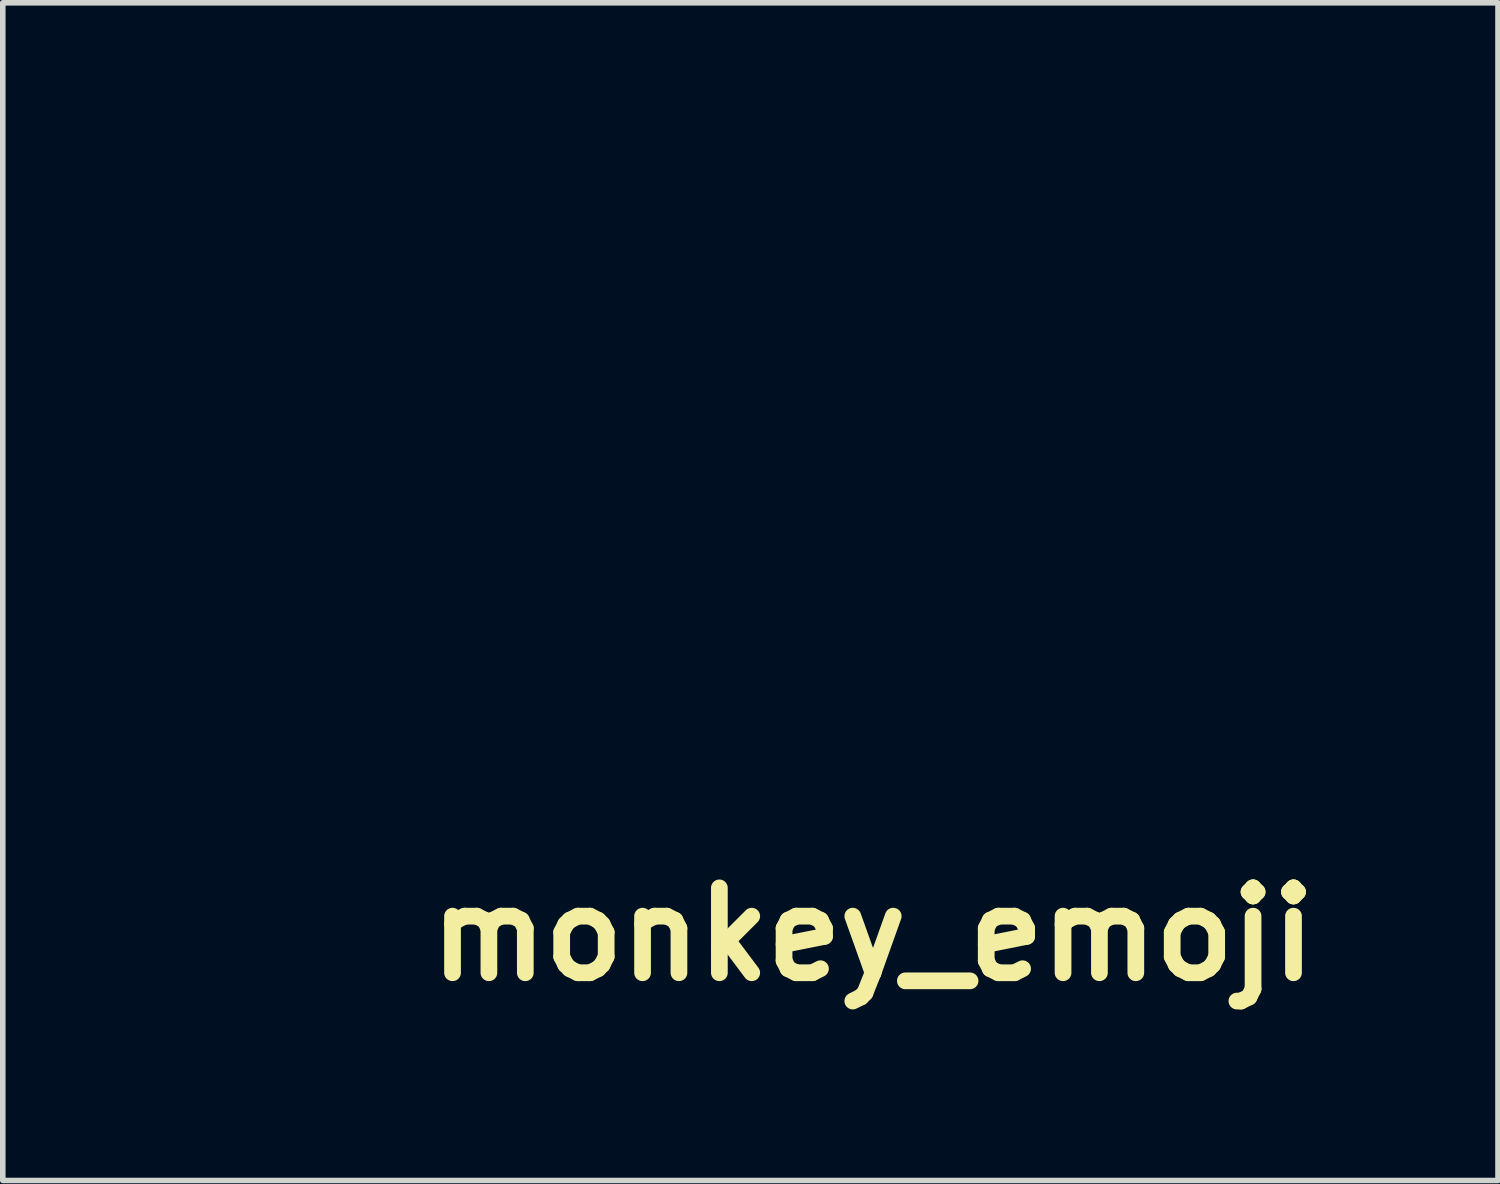
<source format=kicad_pcb>
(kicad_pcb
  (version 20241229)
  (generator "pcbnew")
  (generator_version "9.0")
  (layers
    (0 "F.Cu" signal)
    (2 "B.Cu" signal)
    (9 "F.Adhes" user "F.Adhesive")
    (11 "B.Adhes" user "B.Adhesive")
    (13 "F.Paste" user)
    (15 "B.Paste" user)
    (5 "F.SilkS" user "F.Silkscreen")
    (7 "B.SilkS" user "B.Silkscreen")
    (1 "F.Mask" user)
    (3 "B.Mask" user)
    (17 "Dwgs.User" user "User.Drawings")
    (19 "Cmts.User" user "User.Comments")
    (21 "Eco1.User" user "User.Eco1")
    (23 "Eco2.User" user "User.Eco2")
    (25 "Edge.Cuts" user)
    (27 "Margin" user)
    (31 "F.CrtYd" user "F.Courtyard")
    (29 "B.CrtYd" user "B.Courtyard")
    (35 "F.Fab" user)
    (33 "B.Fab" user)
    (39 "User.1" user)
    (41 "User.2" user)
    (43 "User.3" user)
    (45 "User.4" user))
  (footprint "monkey_emoji"
    (layer "F.Cu")
    (at 12.62 13.721)
    (property "Reference" "monkey_emoji" (at 0 0 0) (layer "F.SilkS") (effects (font (size 1.524 1.524) (thickness 0.3))))
    (attr through_hole)
    (fp_poly (pts (xy -10.447 -13.116) (xy -10.386 -12.971) (xy -10.464 -12.782) (xy -10.613 -12.626) (xy -10.685 -12.583) (xy -10.699 -12.641) (xy -10.659 -12.83) (xy -10.649 -12.867) (xy -10.583 -13.078) (xy -10.517 -13.148) (xy -10.447 -13.116)) (stroke (width 0.01) (type solid)) (fill no) (layer "Eco2.User"))
    (fp_poly (pts (xy -11.21 -13.687) (xy -11.13 -13.58) (xy -11.099 -13.365) (xy -11.108 -13.029) (xy -11.134 -12.573) (xy -11.294 -13.039) (xy -11.388 -13.311) (xy -11.463 -13.525) (xy -11.494 -13.61) (xy -11.459 -13.696) (xy -11.352 -13.716) (xy -11.21 -13.687)) (stroke (width 0.01) (type solid)) (fill no) (layer "Eco2.User"))
    (fp_poly (pts (xy -11.921 -12.704) (xy -11.736 -12.574) (xy -11.553 -12.429) (xy -11.444 -12.329) (xy -11.43 -12.309) (xy -11.504 -12.288) (xy -11.688 -12.294) (xy -11.925 -12.323) (xy -12.002 -12.336) (xy -12.163 -12.42) (xy -12.172 -12.577) (xy -12.115 -12.69) (xy -12.042 -12.744) (xy -11.921 -12.704)) (stroke (width 0.01) (type solid)) (fill no) (layer "Eco2.User"))
    (fp_poly (pts (xy 2.204 -7.584) (xy 2.344 -7.481) (xy 2.332 -7.321) (xy 2.241 -7.194) (xy 2.097 -7.068) (xy 1.945 -7.044) (xy 1.719 -7.112) (xy 1.696 -7.122) (xy 1.469 -7.255) (xy 1.399 -7.395) (xy 1.474 -7.518) (xy 1.685 -7.6) (xy 1.918 -7.62) (xy 2.204 -7.584)) (stroke (width 0.01) (type solid)) (fill no) (layer "Eco2.User"))
    (fp_poly (pts (xy 3.723 -9.072) (xy 3.924 -8.869) (xy 4.014 -8.553) (xy 4.018 -8.467) (xy 3.955 -8.125) (xy 3.777 -7.896) (xy 3.496 -7.793) (xy 3.418 -7.789) (xy 3.167 -7.838) (xy 2.997 -8.003) (xy 2.897 -8.278) (xy 2.902 -8.556) (xy 2.98 -8.882) (xy 3.119 -9.068) (xy 3.343 -9.141) (xy 3.426 -9.144) (xy 3.723 -9.072)) (stroke (width 0.01) (type solid)) (fill no) (layer "Eco2.User"))
    (fp_poly (pts (xy 0.593 -9.07) (xy 0.805 -8.87) (xy 0.907 -8.575) (xy 0.905 -8.358) (xy 0.828 -8.043) (xy 0.684 -7.864) (xy 0.443 -7.794) (xy 0.333 -7.789) (xy 0.066 -7.826) (xy -0.104 -7.953) (xy -0.122 -7.978) (xy -0.214 -8.194) (xy -0.254 -8.457) (xy -0.254 -8.467) (xy -0.197 -8.815) (xy -0.032 -9.044) (xy 0.232 -9.141) (xy 0.295 -9.144) (xy 0.593 -9.07)) (stroke (width 0.01) (type solid)) (fill no) (layer "Eco2.User"))
    (fp_poly (pts (xy 2.425 -6.648) (xy 2.681 -6.624) (xy 3.303 -6.54) (xy 3.761 -6.428) (xy 4.06 -6.284) (xy 4.204 -6.105) (xy 4.197 -5.887) (xy 4.043 -5.629) (xy 4.023 -5.604) (xy 3.697 -5.338) (xy 3.238 -5.141) (xy 2.669 -5.016) (xy 2.015 -4.97) (xy 1.318 -5.006) (xy 0.682 -5.115) (xy 0.191 -5.294) (xy -0.171 -5.547) (xy -0.204 -5.58) (xy -0.385 -5.84) (xy -0.4 -6.067) (xy -0.249 -6.262) (xy 0.068 -6.424) (xy 0.55 -6.554) (xy 0.971 -6.623) (xy 1.436 -6.669) (xy 1.897 -6.678) (xy 2.425 -6.648)) (stroke (width 0.01) (type solid)) (fill no) (layer "Eco2.User"))
    (fp_poly (pts (xy -10.16 -1.566) (xy -10.177 -1.339) (xy -10.219 -1.203) (xy -10.245 -1.185) (xy -10.287 -1.106) (xy -10.316 -0.89) (xy -10.329 -0.569) (xy -10.329 -0.508) (xy -10.319 -0.173) (xy -10.292 0.063) (xy -10.252 0.167) (xy -10.245 0.169) (xy -10.194 0.245) (xy -10.164 0.436) (xy -10.16 0.55) (xy -10.16 0.931) (xy -11.007 0.931) (xy -11.007 0.55) (xy -10.99 0.323) (xy -10.947 0.187) (xy -10.922 0.169) (xy -10.88 0.09) (xy -10.851 -0.126) (xy -10.838 -0.447) (xy -10.837 -0.508) (xy -10.847 -0.843) (xy -10.874 -1.079) (xy -10.914 -1.183) (xy -10.922 -1.185) (xy -10.972 -1.261) (xy -11.003 -1.452) (xy -11.007 -1.566) (xy -11.007 -1.947) (xy -10.16 -1.947) (xy -10.16 -1.566)) (stroke (width 0.01) (type solid)) (fill no) (layer "Eco2.User"))
    (fp_poly (pts (xy 4.403 -1.566) (xy 4.386 -1.339) (xy 4.343 -1.203) (xy 4.318 -1.185) (xy 4.276 -1.106) (xy 4.247 -0.89) (xy 4.234 -0.569) (xy 4.233 -0.508) (xy 4.243 -0.173) (xy 4.27 0.063) (xy 4.31 0.167) (xy 4.318 0.169) (xy 4.368 0.245) (xy 4.399 0.436) (xy 4.403 0.55) (xy 4.403 0.931) (xy 3.556 0.931) (xy 3.556 0.55) (xy 3.573 0.323) (xy 3.615 0.187) (xy 3.641 0.169) (xy 3.683 0.09) (xy 3.712 -0.126) (xy 3.725 -0.447) (xy 3.725 -0.508) (xy 3.715 -0.843) (xy 3.688 -1.079) (xy 3.648 -1.183) (xy 3.641 -1.185) (xy 3.59 -1.261) (xy 3.56 -1.452) (xy 3.556 -1.566) (xy 3.556 -1.947) (xy 4.403 -1.947) (xy 4.403 -1.566)) (stroke (width 0.01) (type solid)) (fill no) (layer "Eco2.User"))
    (fp_poly (pts (xy -5.054 -1.868) (xy -4.937 -1.723) (xy -4.87 -1.592) (xy -4.825 -1.42) (xy -4.798 -1.173) (xy -4.786 -0.817) (xy -4.784 -0.451) (xy -4.786 -0.007) (xy -4.797 0.3) (xy -4.821 0.502) (xy -4.863 0.633) (xy -4.927 0.724) (xy -4.953 0.751) (xy -5.242 0.938) (xy -5.541 0.961) (xy -5.646 0.93) (xy -5.792 0.846) (xy -5.894 0.71) (xy -5.96 0.495) (xy -5.996 0.176) (xy -6.009 -0.276) (xy -6.01 -0.481) (xy -6.007 -0.681) (xy -5.571 -0.681) (xy -5.568 -0.375) (xy -5.549 -0.206) (xy -5.492 0.056) (xy -5.428 0.161) (xy -5.368 0.118) (xy -5.32 -0.061) (xy -5.294 -0.366) (xy -5.292 -0.508) (xy -5.306 -0.883) (xy -5.347 -1.103) (xy -5.393 -1.163) (xy -5.476 -1.116) (xy -5.538 -0.942) (xy -5.571 -0.681) (xy -6.007 -0.681) (xy -6.002 -1.006) (xy -5.974 -1.385) (xy -5.916 -1.643) (xy -5.819 -1.804) (xy -5.674 -1.891) (xy -5.471 -1.929) (xy -5.443 -1.931) (xy -5.201 -1.931) (xy -5.054 -1.868)) (stroke (width 0.01) (type solid)) (fill no) (layer "Eco2.User"))
    (fp_poly (pts (xy 1.609 -1.347) (xy 1.604 -1.038) (xy 1.583 -0.862) (xy 1.535 -0.782) (xy 1.449 -0.762) (xy 1.441 -0.762) (xy 1.283 -0.838) (xy 1.219 -0.977) (xy 1.148 -1.126) (xy 1.069 -1.161) (xy 1.016 -1.064) (xy 0.983 -0.851) (xy 0.971 -0.574) (xy 0.978 -0.286) (xy 1.005 -0.036) (xy 1.052 0.121) (xy 1.079 0.148) (xy 1.16 0.105) (xy 1.185 -0.078) (xy 1.205 -0.261) (xy 1.298 -0.33) (xy 1.439 -0.339) (xy 1.595 -0.328) (xy 1.669 -0.265) (xy 1.692 -0.104) (xy 1.693 0.047) (xy 1.665 0.33) (xy 1.591 0.604) (xy 1.491 0.82) (xy 1.383 0.927) (xy 1.359 0.931) (xy 1.213 0.952) (xy 1.171 0.962) (xy 0.999 0.971) (xy 0.874 0.957) (xy 0.671 0.867) (xy 0.578 0.786) (xy 0.519 0.63) (xy 0.474 0.346) (xy 0.445 -0.022) (xy 0.432 -0.432) (xy 0.437 -0.842) (xy 0.46 -1.21) (xy 0.503 -1.494) (xy 0.523 -1.566) (xy 0.636 -1.905) (xy 1.609 -1.933) (xy 1.609 -1.347)) (stroke (width 0.01) (type solid)) (fill no) (layer "Eco2.User"))
    (fp_poly (pts (xy -11.886 -1.929) (xy -11.59 -1.859) (xy -11.385 -1.717) (xy -11.259 -1.482) (xy -11.196 -1.134) (xy -11.184 -0.652) (xy -11.194 -0.304) (xy -11.223 0.178) (xy -11.277 0.516) (xy -11.374 0.735) (xy -11.533 0.861) (xy -11.773 0.918) (xy -12.113 0.931) (xy -12.117 0.931) (xy -12.615 0.931) (xy -12.615 0.55) (xy -12.599 0.323) (xy -12.556 0.187) (xy -12.531 0.169) (xy -12.489 0.09) (xy -12.459 -0.126) (xy -12.446 -0.447) (xy -12.446 -0.508) (xy -11.938 -0.508) (xy -11.931 -0.149) (xy -11.907 0.062) (xy -11.864 0.147) (xy -11.832 0.148) (xy -11.769 0.047) (xy -11.734 -0.21) (xy -11.726 -0.508) (xy -11.74 -0.885) (xy -11.782 -1.102) (xy -11.832 -1.164) (xy -11.887 -1.136) (xy -11.921 -0.993) (xy -11.936 -0.714) (xy -11.938 -0.508) (xy -12.446 -0.508) (xy -12.456 -0.843) (xy -12.483 -1.079) (xy -12.523 -1.183) (xy -12.531 -1.185) (xy -12.581 -1.261) (xy -12.611 -1.452) (xy -12.615 -1.566) (xy -12.615 -1.947) (xy -12.287 -1.947) (xy -11.886 -1.929)) (stroke (width 0.01) (type solid)) (fill no) (layer "Eco2.User"))
    (fp_poly (pts (xy -2.307 -1.939) (xy -1.915 -1.915) (xy -1.655 -1.851) (xy -1.492 -1.733) (xy -1.388 -1.542) (xy -1.381 -1.521) (xy -1.322 -1.241) (xy -1.288 -0.853) (xy -1.28 -0.419) (xy -1.299 0.002) (xy -1.345 0.349) (xy -1.352 0.379) (xy -1.45 0.656) (xy -1.609 0.826) (xy -1.865 0.91) (xy -2.218 0.931) (xy -2.709 0.931) (xy -2.709 0.55) (xy -2.693 0.323) (xy -2.65 0.187) (xy -2.625 0.169) (xy -2.583 0.09) (xy -2.553 -0.126) (xy -2.54 -0.447) (xy -2.54 -0.508) (xy -2.032 -0.508) (xy -2.025 -0.149) (xy -2.001 0.062) (xy -1.958 0.147) (xy -1.926 0.148) (xy -1.863 0.047) (xy -1.828 -0.21) (xy -1.82 -0.508) (xy -1.834 -0.885) (xy -1.876 -1.102) (xy -1.926 -1.164) (xy -1.981 -1.136) (xy -2.015 -0.993) (xy -2.03 -0.714) (xy -2.032 -0.508) (xy -2.54 -0.508) (xy -2.55 -0.843) (xy -2.577 -1.079) (xy -2.617 -1.183) (xy -2.625 -1.185) (xy -2.675 -1.261) (xy -2.705 -1.452) (xy -2.709 -1.566) (xy -2.709 -1.947) (xy -2.307 -1.939)) (stroke (width 0.01) (type solid)) (fill no) (layer "Eco2.User"))
    (fp_poly (pts (xy 7.64 -1.911) (xy 7.951 -1.808) (xy 8.132 -1.649) (xy 8.161 -1.582) (xy 8.203 -1.307) (xy 8.208 -0.985) (xy 8.179 -0.689) (xy 8.125 -0.502) (xy 7.988 -0.37) (xy 7.878 -0.339) (xy 7.603 -0.29) (xy 7.467 -0.146) (xy 7.451 -0.042) (xy 7.5 0.13) (xy 7.578 0.2) (xy 7.674 0.327) (xy 7.705 0.59) (xy 7.705 0.931) (xy 6.858 0.931) (xy 6.858 0.55) (xy 6.875 0.323) (xy 6.917 0.187) (xy 6.943 0.169) (xy 6.985 0.09) (xy 7.014 -0.126) (xy 7.027 -0.447) (xy 7.027 -0.508) (xy 7.017 -0.843) (xy 7.006 -0.945) (xy 7.451 -0.945) (xy 7.486 -0.717) (xy 7.572 -0.596) (xy 7.684 -0.607) (xy 7.75 -0.682) (xy 7.778 -0.84) (xy 7.733 -1.025) (xy 7.641 -1.16) (xy 7.576 -1.185) (xy 7.476 -1.11) (xy 7.451 -0.945) (xy 7.006 -0.945) (xy 6.99 -1.079) (xy 6.95 -1.183) (xy 6.943 -1.185) (xy 6.892 -1.261) (xy 6.862 -1.452) (xy 6.858 -1.566) (xy 6.858 -1.947) (xy 7.226 -1.947) (xy 7.64 -1.911)) (stroke (width 0.01) (type solid)) (fill no) (layer "Eco2.User"))
    (fp_poly (pts (xy 2.506 -1.312) (xy 2.479 -0.99) (xy 2.477 -0.8) (xy 2.506 -0.708) (xy 2.572 -0.679) (xy 2.625 -0.677) (xy 2.713 -0.688) (xy 2.761 -0.742) (xy 2.775 -0.875) (xy 2.76 -1.123) (xy 2.744 -1.312) (xy 2.686 -1.947) (xy 3.387 -1.947) (xy 3.387 -1.566) (xy 3.37 -1.339) (xy 3.327 -1.203) (xy 3.302 -1.185) (xy 3.26 -1.106) (xy 3.231 -0.89) (xy 3.218 -0.569) (xy 3.217 -0.508) (xy 3.227 -0.173) (xy 3.254 0.063) (xy 3.294 0.167) (xy 3.302 0.169) (xy 3.352 0.245) (xy 3.383 0.436) (xy 3.387 0.55) (xy 3.387 0.931) (xy 2.694 0.931) (xy 2.723 0.275) (xy 2.732 -0.063) (xy 2.72 -0.264) (xy 2.683 -0.359) (xy 2.625 -0.381) (xy 2.56 -0.353) (xy 2.526 -0.246) (xy 2.517 -0.031) (xy 2.527 0.275) (xy 2.555 0.931) (xy 1.863 0.931) (xy 1.863 0.55) (xy 1.879 0.323) (xy 1.922 0.187) (xy 1.947 0.169) (xy 1.989 0.09) (xy 2.019 -0.126) (xy 2.032 -0.447) (xy 2.032 -0.508) (xy 2.022 -0.843) (xy 1.995 -1.079) (xy 1.955 -1.183) (xy 1.947 -1.185) (xy 1.897 -1.261) (xy 1.867 -1.452) (xy 1.863 -1.566) (xy 1.863 -1.947) (xy 2.563 -1.947) (xy 2.506 -1.312)) (stroke (width 0.01) (type solid)) (fill no) (layer "Eco2.User"))
    (fp_poly (pts (xy -9.076 -1.935) (xy -9.013 -1.883) (xy -8.962 -1.768) (xy -8.913 -1.565) (xy -8.855 -1.25) (xy -8.78 -0.799) (xy -8.759 -0.677) (xy -8.694 -0.329) (xy -8.628 -0.051) (xy -8.571 0.12) (xy -8.546 0.155) (xy -8.498 0.249) (xy -8.47 0.453) (xy -8.467 0.557) (xy -8.467 0.931) (xy -9.313 0.931) (xy -9.313 0.55) (xy -9.295 0.319) (xy -9.249 0.185) (xy -9.223 0.169) (xy -9.163 0.099) (xy -9.159 -0.021) (xy -9.243 -0.18) (xy -9.356 -0.212) (xy -9.507 -0.142) (xy -9.552 -0.021) (xy -9.54 0.126) (xy -9.489 0.169) (xy -9.434 0.246) (xy -9.402 0.441) (xy -9.398 0.55) (xy -9.398 0.931) (xy -10.075 0.931) (xy -10.075 0.557) (xy -10.057 0.325) (xy -10.012 0.177) (xy -9.987 0.154) (xy -9.95 0.069) (xy -9.893 -0.146) (xy -9.824 -0.451) (xy -9.804 -0.549) (xy -9.459 -0.549) (xy -9.366 -0.508) (xy -9.255 -0.577) (xy -9.237 -0.699) (xy -9.271 -0.934) (xy -9.313 -1.101) (xy -9.381 -1.312) (xy -9.391 -1.101) (xy -9.42 -0.848) (xy -9.451 -0.699) (xy -9.459 -0.549) (xy -9.804 -0.549) (xy -9.75 -0.808) (xy -9.68 -1.179) (xy -9.621 -1.526) (xy -9.58 -1.811) (xy -9.569 -1.926) (xy -9.493 -1.94) (xy -9.31 -1.947) (xy -9.278 -1.947) (xy -9.161 -1.948) (xy -9.076 -1.935)) (stroke (width 0.01) (type solid)) (fill no) (layer "Eco2.User"))
    (fp_poly (pts (xy -2.879 -1.571) (xy -2.895 -1.342) (xy -2.937 -1.204) (xy -2.963 -1.185) (xy -3 -1.104) (xy -3.027 -0.872) (xy -3.044 -0.507) (xy -3.048 -0.127) (xy -3.048 0.931) (xy -3.29 0.931) (xy -3.391 0.926) (xy -3.467 0.891) (xy -3.531 0.801) (xy -3.596 0.629) (xy -3.674 0.348) (xy -3.779 -0.07) (xy -3.788 -0.106) (xy -4.045 -1.143) (xy -4.054 -0.487) (xy -4.049 -0.153) (xy -4.024 0.076) (xy -3.984 0.169) (xy -3.979 0.169) (xy -3.929 0.245) (xy -3.899 0.436) (xy -3.895 0.55) (xy -3.895 0.931) (xy -4.572 0.931) (xy -4.572 0.55) (xy -4.555 0.323) (xy -4.513 0.187) (xy -4.487 0.169) (xy -4.445 0.09) (xy -4.416 -0.126) (xy -4.403 -0.447) (xy -4.403 -0.508) (xy -4.413 -0.843) (xy -4.44 -1.079) (xy -4.48 -1.183) (xy -4.487 -1.185) (xy -4.538 -1.261) (xy -4.568 -1.452) (xy -4.572 -1.566) (xy -4.572 -1.947) (xy -3.829 -1.947) (xy -3.598 -1.016) (xy -3.504 -0.647) (xy -3.422 -0.346) (xy -3.362 -0.148) (xy -3.335 -0.085) (xy -3.318 -0.162) (xy -3.306 -0.364) (xy -3.302 -0.635) (xy -3.31 -0.941) (xy -3.339 -1.112) (xy -3.397 -1.18) (xy -3.434 -1.185) (xy -3.517 -1.224) (xy -3.546 -1.365) (xy -3.54 -1.545) (xy -3.514 -1.772) (xy -3.451 -1.88) (xy -3.304 -1.921) (xy -3.196 -1.931) (xy -2.879 -1.958) (xy -2.879 -1.571)) (stroke (width 0.01) (type solid)) (fill no) (layer "Eco2.User"))
    (fp_poly (pts (xy 5.503 -1.355) (xy 5.556 -1.064) (xy 5.601 -0.853) (xy 5.629 -0.763) (xy 5.63 -0.762) (xy 5.657 -0.839) (xy 5.7 -1.04) (xy 5.752 -1.325) (xy 5.757 -1.355) (xy 5.857 -1.947) (xy 6.689 -1.947) (xy 6.689 -1.566) (xy 6.672 -1.339) (xy 6.629 -1.203) (xy 6.604 -1.185) (xy 6.562 -1.106) (xy 6.533 -0.89) (xy 6.52 -0.569) (xy 6.519 -0.508) (xy 6.529 -0.173) (xy 6.556 0.063) (xy 6.596 0.167) (xy 6.604 0.169) (xy 6.654 0.245) (xy 6.685 0.436) (xy 6.689 0.55) (xy 6.689 0.931) (xy 5.915 0.931) (xy 5.961 0.021) (xy 6.006 -0.889) (xy 5.885 -0.254) (xy 5.819 0.099) (xy 5.758 0.424) (xy 5.715 0.654) (xy 5.714 0.662) (xy 5.655 0.867) (xy 5.585 0.904) (xy 5.504 0.777) (xy 5.413 0.486) (xy 5.314 0.034) (xy 5.283 -0.133) (xy 5.099 -1.143) (xy 5.089 -0.487) (xy 5.095 -0.153) (xy 5.12 0.075) (xy 5.16 0.169) (xy 5.165 0.169) (xy 5.215 0.245) (xy 5.245 0.436) (xy 5.249 0.55) (xy 5.249 0.931) (xy 4.572 0.931) (xy 4.572 0.55) (xy 4.589 0.323) (xy 4.631 0.187) (xy 4.657 0.169) (xy 4.699 0.09) (xy 4.728 -0.126) (xy 4.741 -0.447) (xy 4.741 -0.508) (xy 4.731 -0.843) (xy 4.704 -1.079) (xy 4.664 -1.183) (xy 4.657 -1.185) (xy 4.606 -1.261) (xy 4.576 -1.452) (xy 4.572 -1.566) (xy 4.572 -1.947) (xy 5.403 -1.947) (xy 5.503 -1.355)) (stroke (width 0.01) (type solid)) (fill no) (layer "Eco2.User"))
    (fp_poly (pts (xy -6.265 -1.571) (xy -6.282 -1.342) (xy -6.324 -1.204) (xy -6.35 -1.185) (xy -6.392 -1.106) (xy -6.421 -0.89) (xy -6.434 -0.569) (xy -6.435 -0.508) (xy -6.425 -0.173) (xy -6.398 0.063) (xy -6.358 0.167) (xy -6.35 0.169) (xy -6.3 0.245) (xy -6.269 0.436) (xy -6.265 0.55) (xy -6.265 0.931) (xy -7.027 0.931) (xy -7.027 0.557) (xy -7.009 0.325) (xy -6.963 0.177) (xy -6.939 0.154) (xy -6.893 0.055) (xy -6.872 -0.186) (xy -6.875 -0.509) (xy -6.9 -1.143) (xy -7.07 -0.134) (xy -7.163 0.358) (xy -7.252 0.698) (xy -7.333 0.882) (xy -7.406 0.906) (xy -7.468 0.766) (xy -7.482 0.703) (xy -7.518 0.516) (xy -7.576 0.214) (xy -7.645 -0.151) (xy -7.68 -0.339) (xy -7.832 -1.143) (xy -7.857 -0.509) (xy -7.859 -0.16) (xy -7.836 0.07) (xy -7.793 0.154) (xy -7.74 0.249) (xy -7.708 0.453) (xy -7.705 0.557) (xy -7.705 0.931) (xy -8.382 0.931) (xy -8.382 0.55) (xy -8.365 0.323) (xy -8.323 0.187) (xy -8.297 0.169) (xy -8.255 0.09) (xy -8.226 -0.126) (xy -8.213 -0.447) (xy -8.213 -0.508) (xy -8.223 -0.867) (xy -8.254 -1.1) (xy -8.301 -1.185) (xy -8.302 -1.185) (xy -8.355 -1.262) (xy -8.37 -1.465) (xy -8.366 -1.545) (xy -8.34 -1.905) (xy -7.967 -1.932) (xy -7.734 -1.936) (xy -7.585 -1.887) (xy -7.495 -1.752) (xy -7.439 -1.502) (xy -7.406 -1.249) (xy -7.369 -0.994) (xy -7.33 -0.831) (xy -7.303 -0.796) (xy -7.266 -0.897) (xy -7.214 -1.116) (xy -7.164 -1.373) (xy -7.069 -1.905) (xy -6.667 -1.931) (xy -6.265 -1.957) (xy -6.265 -1.571)) (stroke (width 0.01) (type solid)) (fill no) (layer "Eco2.User"))
    (fp_poly (pts (xy 2.466 -13.087) (xy 3.265 -12.954) (xy 4.006 -12.712) (xy 4.445 -12.493) (xy 5.076 -12.033) (xy 5.655 -11.435) (xy 6.158 -10.725) (xy 6.564 -9.932) (xy 6.599 -9.846) (xy 6.726 -9.548) (xy 6.829 -9.37) (xy 6.94 -9.274) (xy 7.093 -9.222) (xy 7.149 -9.209) (xy 7.586 -9.043) (xy 7.911 -8.751) (xy 8.12 -8.341) (xy 8.21 -7.818) (xy 8.213 -7.687) (xy 8.142 -7.154) (xy 7.94 -6.703) (xy 7.621 -6.353) (xy 7.198 -6.125) (xy 7.073 -6.088) (xy 6.861 -6.018) (xy 6.719 -5.908) (xy 6.596 -5.711) (xy 6.525 -5.561) (xy 6.3 -5.19) (xy 5.967 -4.785) (xy 5.566 -4.39) (xy 5.141 -4.045) (xy 4.735 -3.794) (xy 4.715 -3.784) (xy 4.061 -3.516) (xy 3.377 -3.339) (xy 2.619 -3.244) (xy 1.87 -3.222) (xy 1.234 -3.238) (xy 0.719 -3.285) (xy 0.279 -3.365) (xy 0.186 -3.389) (xy -0.645 -3.684) (xy -1.403 -4.108) (xy -1.914 -4.51) (xy -2.215 -4.813) (xy -2.488 -5.138) (xy -2.706 -5.448) (xy -2.844 -5.707) (xy -2.879 -5.85) (xy -2.959 -5.984) (xy -3.154 -6.056) (xy -3.642 -6.234) (xy -1.522 -6.234) (xy -1.446 -5.834) (xy -1.239 -5.419) (xy -0.929 -5.039) (xy -0.865 -4.979) (xy -0.477 -4.669) (xy -0.077 -4.443) (xy 0.367 -4.291) (xy 0.888 -4.205) (xy 1.52 -4.174) (xy 1.99 -4.179) (xy 2.525 -4.201) (xy 2.933 -4.237) (xy 3.26 -4.292) (xy 3.546 -4.373) (xy 3.598 -4.391) (xy 4.218 -4.673) (xy 4.703 -5.026) (xy 5.048 -5.439) (xy 5.243 -5.9) (xy 5.283 -6.4) (xy 5.241 -6.662) (xy 5.202 -6.925) (xy 5.175 -7.297) (xy 5.166 -7.622) (xy 6.943 -7.622) (xy 6.949 -7.234) (xy 6.968 -6.929) (xy 6.996 -6.738) (xy 7.023 -6.689) (xy 7.135 -6.739) (xy 7.306 -6.864) (xy 7.33 -6.884) (xy 7.487 -7.068) (xy 7.572 -7.313) (xy 7.598 -7.507) (xy 7.597 -7.897) (xy 7.497 -8.175) (xy 7.281 -8.376) (xy 7.194 -8.426) (xy 6.943 -8.556) (xy 6.943 -7.622) (xy 5.166 -7.622) (xy 5.163 -7.719) (xy 5.165 -7.959) (xy 5.176 -8.578) (xy 5.176 -9.054) (xy 5.159 -9.414) (xy 5.119 -9.684) (xy 5.051 -9.891) (xy 4.951 -10.061) (xy 4.812 -10.221) (xy 4.685 -10.345) (xy 4.374 -10.58) (xy 4.045 -10.695) (xy 3.674 -10.689) (xy 3.232 -10.564) (xy 2.775 -10.359) (xy 2.336 -10.169) (xy 1.966 -10.089) (xy 1.608 -10.118) (xy 1.206 -10.259) (xy 0.969 -10.371) (xy 0.395 -10.598) (xy -0.114 -10.673) (xy -0.555 -10.596) (xy -0.922 -10.371) (xy -1.208 -9.999) (xy -1.39 -9.55) (xy -1.44 -9.328) (xy -1.453 -9.089) (xy -1.43 -8.78) (xy -1.381 -8.424) (xy -1.327 -8.023) (xy -1.308 -7.721) (xy -1.326 -7.453) (xy -1.379 -7.152) (xy -1.395 -7.08) (xy -1.461 -6.743) (xy -1.507 -6.434) (xy -1.522 -6.234) (xy -3.642 -6.234) (xy -3.652 -6.238) (xy -4.039 -6.538) (xy -4.303 -6.938) (xy -4.435 -7.422) (xy -4.431 -7.617) (xy -3.81 -7.617) (xy -3.793 -7.329) (xy -3.724 -7.131) (xy -3.574 -6.948) (xy -3.563 -6.936) (xy -3.39 -6.781) (xy -3.26 -6.695) (xy -3.236 -6.689) (xy -3.203 -6.768) (xy -3.18 -6.984) (xy -3.167 -7.304) (xy -3.166 -7.578) (xy -3.177 -8.015) (xy -3.205 -8.297) (xy -3.26 -8.44) (xy -3.352 -8.458) (xy -3.489 -8.366) (xy -3.602 -8.259) (xy -3.736 -8.085) (xy -3.798 -7.871) (xy -3.81 -7.617) (xy -4.431 -7.617) (xy -4.423 -7.972) (xy -4.396 -8.122) (xy -4.227 -8.569) (xy -3.943 -8.92) (xy -3.57 -9.147) (xy -3.376 -9.203) (xy -3.187 -9.249) (xy -3.06 -9.321) (xy -2.959 -9.458) (xy -2.849 -9.7) (xy -2.795 -9.832) (xy -2.352 -10.718) (xy -1.79 -11.486) (xy -1.113 -12.132) (xy -0.561 -12.517) (xy 0.096 -12.825) (xy 0.845 -13.022) (xy 1.647 -13.11) (xy 2.466 -13.087)) (stroke (width 0.01) (type solid)) (fill no) (layer "Eco2.User"))
    (fp_poly (pts (xy -6.648 -10.332) (xy -6.303 -9.828) (xy -5.995 -9.368) (xy -5.735 -8.968) (xy -5.536 -8.65) (xy -5.41 -8.43) (xy -5.369 -8.329) (xy -5.369 -8.327) (xy -5.423 -8.238) (xy -5.557 -8.027) (xy -5.759 -7.717) (xy -6.014 -7.327) (xy -6.31 -6.878) (xy -6.632 -6.39) (xy -6.968 -5.883) (xy -7.303 -5.378) (xy -7.624 -4.896) (xy -7.918 -4.455) (xy -8.172 -4.078) (xy -8.371 -3.784) (xy -8.502 -3.594) (xy -8.55 -3.53) (xy -8.628 -3.56) (xy -8.789 -3.695) (xy -9.005 -3.911) (xy -9.16 -4.08) (xy -9.37 -4.319) (xy -9.669 -4.66) (xy -10.032 -5.077) (xy -10.439 -5.544) (xy -10.865 -6.034) (xy -11.16 -6.374) (xy -12.434 -7.845) (xy -11.342 -7.845) (xy -11.063 -7.5) (xy -10.919 -7.322) (xy -10.693 -7.04) (xy -10.408 -6.683) (xy -10.085 -6.28) (xy -9.785 -5.905) (xy -9.472 -5.515) (xy -9.198 -5.175) (xy -8.978 -4.905) (xy -8.83 -4.725) (xy -8.77 -4.657) (xy -8.769 -4.657) (xy -8.775 -4.737) (xy -8.801 -4.962) (xy -8.845 -5.309) (xy -8.902 -5.757) (xy -8.971 -6.281) (xy -9.029 -6.71) (xy -9.109 -7.302) (xy -9.184 -7.858) (xy -9.251 -8.349) (xy -9.305 -8.746) (xy -9.343 -9.023) (xy -9.357 -9.122) (xy -9.377 -9.264) (xy -8.71 -9.264) (xy -8.694 -9.036) (xy -8.666 -8.698) (xy -8.627 -8.28) (xy -8.581 -7.809) (xy -8.531 -7.315) (xy -8.48 -6.829) (xy -8.43 -6.377) (xy -8.384 -5.99) (xy -8.346 -5.698) (xy -8.332 -5.598) (xy -8.285 -5.429) (xy -8.228 -5.379) (xy -8.217 -5.386) (xy -8.152 -5.477) (xy -8.009 -5.687) (xy -7.804 -5.996) (xy -7.55 -6.38) (xy -7.262 -6.819) (xy -7.164 -6.969) (xy -6.873 -7.418) (xy -6.616 -7.82) (xy -6.407 -8.153) (xy -6.259 -8.396) (xy -6.186 -8.525) (xy -6.181 -8.54) (xy -6.256 -8.585) (xy -6.461 -8.666) (xy -6.761 -8.773) (xy -7.122 -8.895) (xy -7.511 -9.022) (xy -7.895 -9.142) (xy -8.24 -9.244) (xy -8.511 -9.319) (xy -8.676 -9.354) (xy -8.709 -9.353) (xy -8.71 -9.264) (xy -9.377 -9.264) (xy -9.408 -9.481) (xy -10.375 -8.663) (xy -11.342 -7.845) (xy -12.434 -7.845) (xy -12.611 -8.05) (xy -12.468 -8.406) (xy -12.467 -8.409) (xy -11.852 -8.409) (xy -11.83 -8.4) (xy -11.758 -8.433) (xy -11.618 -8.519) (xy -11.392 -8.67) (xy -11.061 -8.897) (xy -10.668 -9.169) (xy -10.31 -9.419) (xy -10 -9.637) (xy -9.766 -9.803) (xy -9.636 -9.899) (xy -9.621 -9.911) (xy -9.641 -9.996) (xy -9.736 -10.184) (xy -9.821 -10.332) (xy -8.753 -10.332) (xy -8.658 -10.281) (xy -8.445 -10.181) (xy -8.15 -10.05) (xy -7.813 -9.904) (xy -7.471 -9.758) (xy -7.162 -9.629) (xy -6.923 -9.534) (xy -6.793 -9.488) (xy -6.784 -9.486) (xy -6.798 -9.536) (xy -6.835 -9.588) (xy -7.218 -10.082) (xy -7.553 -10.508) (xy -7.827 -10.853) (xy -8.028 -11.101) (xy -8.145 -11.238) (xy -8.17 -11.261) (xy -8.251 -11.196) (xy -8.378 -11.033) (xy -8.521 -10.818) (xy -8.651 -10.598) (xy -8.738 -10.42) (xy -8.753 -10.332) (xy -9.821 -10.332) (xy -9.882 -10.437) (xy -10.058 -10.72) (xy -10.24 -10.997) (xy -10.404 -11.23) (xy -10.529 -11.384) (xy -10.583 -11.427) (xy -10.623 -11.353) (xy -10.715 -11.152) (xy -10.847 -10.853) (xy -11.006 -10.483) (xy -11.181 -10.073) (xy -11.358 -9.651) (xy -11.526 -9.247) (xy -11.672 -8.888) (xy -11.785 -8.605) (xy -11.843 -8.45) (xy -11.852 -8.409) (xy -12.467 -8.409) (xy -12.394 -8.594) (xy -12.269 -8.908) (xy -12.106 -9.32) (xy -11.917 -9.799) (xy -11.714 -10.314) (xy -11.674 -10.414) (xy -11.182 -11.664) (xy -9.954 -11.664) (xy -9.94 -11.574) (xy -9.86 -11.389) (xy -9.742 -11.159) (xy -9.611 -10.93) (xy -9.493 -10.751) (xy -9.416 -10.67) (xy -9.411 -10.67) (xy -9.34 -10.734) (xy -9.198 -10.905) (xy -9.013 -11.15) (xy -8.953 -11.233) (xy -8.77 -11.494) (xy -8.636 -11.694) (xy -8.573 -11.801) (xy -8.572 -11.811) (xy -8.67 -11.815) (xy -8.884 -11.802) (xy -9.166 -11.777) (xy -9.464 -11.744) (xy -9.728 -11.71) (xy -9.907 -11.68) (xy -9.954 -11.664) (xy -11.182 -11.664) (xy -11.024 -12.065) (xy -10.586 -12.12) (xy -10.328 -12.144) (xy -9.952 -12.168) (xy -9.508 -12.189) (xy -9.057 -12.205) (xy -7.966 -12.234) (xy -6.648 -10.332)) (stroke (width 0.01) (type solid)) (fill no) (layer "Eco2.User")))
  (gr_rect
    (start -3 -3)
    (end 23.838 18.139)
    (stroke (width 0.1) (type default))
    (fill no)
    (layer "Edge.Cuts")))
</source>
